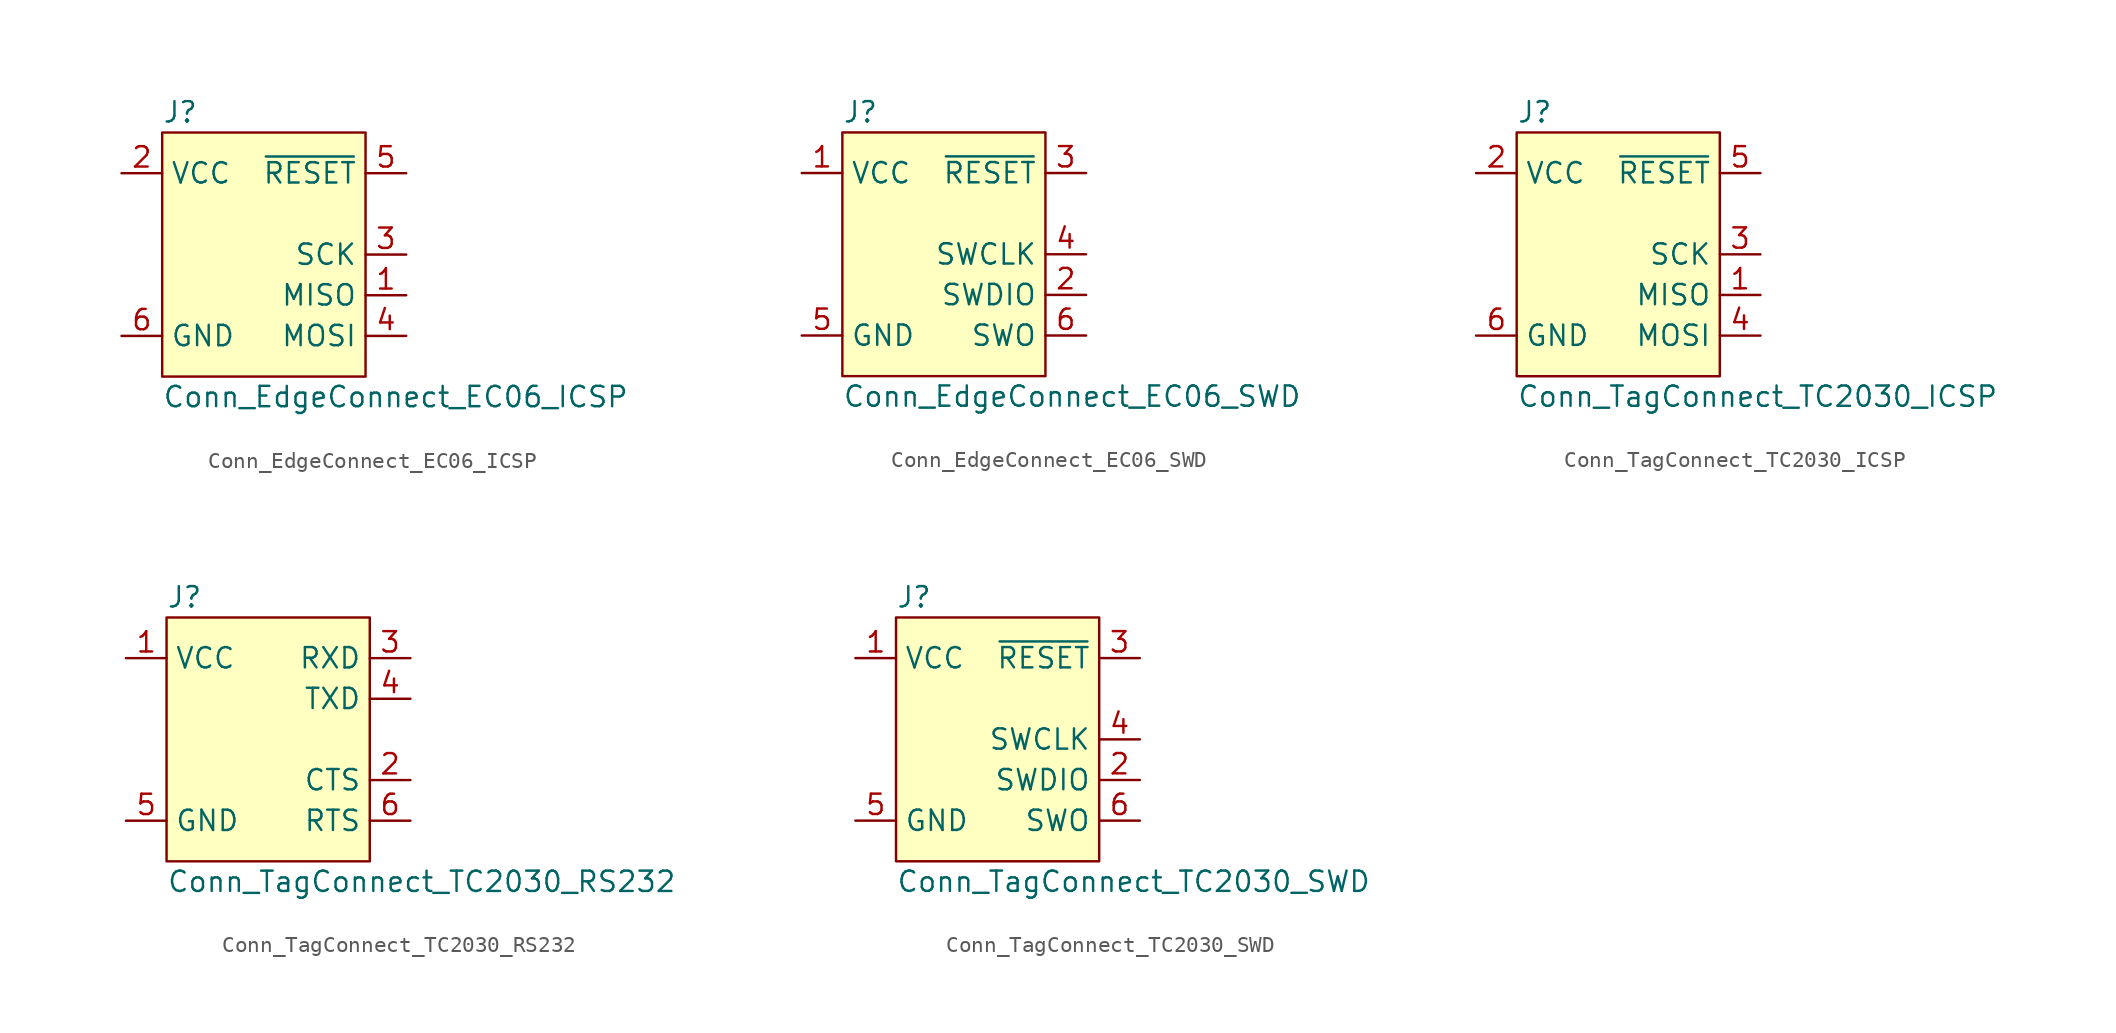
<source format=kicad_sym>
(kicad_symbol_lib
  (version 20220914)
  (generator kicad_symbol_editor)
  (symbol "Conn_EdgeConnect_EC06_ICSP"
    (property "Reference" "J"
      (at 0 1.27 0)
      (do_not_autoplace)
      (effects (font (size 1.27 1.27)) (justify left)))
    (property "Value" "Conn_EdgeConnect_EC06_ICSP"
      (at 0 -16.51 0)
      (do_not_autoplace)
      (effects (font (size 1.27 1.27)) (justify left)))
    (symbol "Conn_EdgeConnect_EC06_ICSP_0_1"
      (rectangle (start 0 0) (end 12.7 -15.24) (stroke (width 0) (type default)) (fill (type background))))
    (symbol "Conn_EdgeConnect_EC06_ICSP_1_0"
      (pin output line (at 15.24 -10.16 180) (length 2.54) (name "MISO" (effects (font (size 1.27 1.27)))) (number "1" (effects (font (size 1.27 1.27)))) (alternate "TMS" bidirectional line))
      (pin power_in line (at -2.54 -2.54 0) (length 2.54) (name "VCC" (effects (font (size 1.27 1.27)))) (number "2" (effects (font (size 1.27 1.27)))))
      (pin input line (at 15.24 -7.62 180) (length 2.54) (name "SCK" (effects (font (size 1.27 1.27)))) (number "3" (effects (font (size 1.27 1.27)))) (alternate "TCK" output line))
      (pin input line (at 15.24 -12.7 180) (length 2.54) (name "MOSI" (effects (font (size 1.27 1.27)))) (number "4" (effects (font (size 1.27 1.27)))) (alternate "TDO" input line))
      (pin open_collector line (at 15.24 -2.54 180) (length 2.54) (name "~{RESET}" (effects (font (size 1.27 1.27)))) (number "5" (effects (font (size 1.27 1.27)))))
      (pin power_in line (at -2.54 -12.7 0) (length 2.54) (name "GND" (effects (font (size 1.27 1.27)))) (number "6" (effects (font (size 1.27 1.27)))))))
  (symbol "Conn_EdgeConnect_EC06_SWD"
    (property "Reference" "J"
      (at 0 1.27 0)
      (do_not_autoplace)
      (effects (font (size 1.27 1.27)) (justify left)))
    (property "Value" "Conn_EdgeConnect_EC06_SWD"
      (at 0 -16.51 0)
      (do_not_autoplace)
      (effects (font (size 1.27 1.27)) (justify left)))
    (symbol "Conn_EdgeConnect_EC06_SWD_0_0"
      (pin power_in line (at -2.54 -2.54 0) (length 2.54) (name "VCC" (effects (font (size 1.27 1.27)))) (number "1" (effects (font (size 1.27 1.27)))))
      (pin bidirectional line (at 15.24 -10.16 180) (length 2.54) (name "SWDIO" (effects (font (size 1.27 1.27)))) (number "2" (effects (font (size 1.27 1.27)))) (alternate "TMS" bidirectional line))
      (pin open_collector line (at 15.24 -2.54 180) (length 2.54) (name "~{RESET}" (effects (font (size 1.27 1.27)))) (number "3" (effects (font (size 1.27 1.27)))))
      (pin output line (at 15.24 -7.62 180) (length 2.54) (name "SWCLK" (effects (font (size 1.27 1.27)))) (number "4" (effects (font (size 1.27 1.27)))) (alternate "TCK" output line))
      (pin power_in line (at -2.54 -12.7 0) (length 2.54) (name "GND" (effects (font (size 1.27 1.27)))) (number "5" (effects (font (size 1.27 1.27)))))
      (pin input line (at 15.24 -12.7 180) (length 2.54) (name "SWO" (effects (font (size 1.27 1.27)))) (number "6" (effects (font (size 1.27 1.27)))) (alternate "TDO" input line)))
    (symbol "Conn_EdgeConnect_EC06_SWD_0_1"
      (rectangle (start 0 0) (end 12.7 -15.24) (stroke (width 0) (type default)) (fill (type background)))))
  (symbol "Conn_TagConnect_TC2030_ICSP"
    (property "Reference" "J"
      (at 0 1.27 0)
      (do_not_autoplace)
      (effects (font (size 1.27 1.27)) (justify left)))
    (property "Value" "Conn_TagConnect_TC2030_ICSP"
      (at 0 -16.51 0)
      (do_not_autoplace)
      (effects (font (size 1.27 1.27)) (justify left)))
    (symbol "Conn_TagConnect_TC2030_ICSP_0_1"
      (rectangle (start 0 0) (end 12.7 -15.24) (stroke (width 0) (type default)) (fill (type background))))
    (symbol "Conn_TagConnect_TC2030_ICSP_1_0"
      (pin output line (at 15.24 -10.16 180) (length 2.54) (name "MISO" (effects (font (size 1.27 1.27)))) (number "1" (effects (font (size 1.27 1.27)))) (alternate "TMS" bidirectional line))
      (pin power_in line (at -2.54 -2.54 0) (length 2.54) (name "VCC" (effects (font (size 1.27 1.27)))) (number "2" (effects (font (size 1.27 1.27)))))
      (pin input line (at 15.24 -7.62 180) (length 2.54) (name "SCK" (effects (font (size 1.27 1.27)))) (number "3" (effects (font (size 1.27 1.27)))) (alternate "TCK" output line))
      (pin input line (at 15.24 -12.7 180) (length 2.54) (name "MOSI" (effects (font (size 1.27 1.27)))) (number "4" (effects (font (size 1.27 1.27)))) (alternate "TDO" input line))
      (pin open_collector line (at 15.24 -2.54 180) (length 2.54) (name "~{RESET}" (effects (font (size 1.27 1.27)))) (number "5" (effects (font (size 1.27 1.27)))))
      (pin power_in line (at -2.54 -12.7 0) (length 2.54) (name "GND" (effects (font (size 1.27 1.27)))) (number "6" (effects (font (size 1.27 1.27)))))))
  (symbol "Conn_TagConnect_TC2030_RS232"
    (property "Reference" "J"
      (at 0 1.27 0)
      (do_not_autoplace)
      (effects (font (size 1.27 1.27)) (justify left)))
    (property "Value" "Conn_TagConnect_TC2030_RS232"
      (at 0 -16.51 0)
      (do_not_autoplace)
      (effects (font (size 1.27 1.27)) (justify left)))
    (symbol "Conn_TagConnect_TC2030_RS232_0_0"
      (pin power_in line (at -2.54 -2.54 0) (length 2.54) (name "VCC" (effects (font (size 1.27 1.27)))) (number "1" (effects (font (size 1.27 1.27)))))
      (pin power_in line (at -2.54 -12.7 0) (length 2.54) (name "GND" (effects (font (size 1.27 1.27)))) (number "5" (effects (font (size 1.27 1.27))))))
    (symbol "Conn_TagConnect_TC2030_RS232_0_1"
      (rectangle (start 0 0) (end 12.7 -15.24) (stroke (width 0) (type default)) (fill (type background))))
    (symbol "Conn_TagConnect_TC2030_RS232_1_0"
      (pin input line (at 15.24 -10.16 180) (length 2.54) (name "CTS" (effects (font (size 1.27 1.27)))) (number "2" (effects (font (size 1.27 1.27)))) (alternate "TMS" input line))
      (pin input line (at 15.24 -2.54 180) (length 2.54) (name "RXD" (effects (font (size 1.27 1.27)))) (number "3" (effects (font (size 1.27 1.27)))) (alternate "TDI" input line))
      (pin output line (at 15.24 -5.08 180) (length 2.54) (name "TXD" (effects (font (size 1.27 1.27)))) (number "4" (effects (font (size 1.27 1.27)))) (alternate "TCLK" output line))
      (pin output line (at 15.24 -12.7 180) (length 2.54) (name "RTS" (effects (font (size 1.27 1.27)))) (number "6" (effects (font (size 1.27 1.27)))) (alternate "TDO" output line))))
  (symbol "Conn_TagConnect_TC2030_SWD"
    (property "Reference" "J"
      (at 0 1.27 0)
      (do_not_autoplace)
      (effects (font (size 1.27 1.27)) (justify left)))
    (property "Value" "Conn_TagConnect_TC2030_SWD"
      (at 0 -16.51 0)
      (do_not_autoplace)
      (effects (font (size 1.27 1.27)) (justify left)))
    (symbol "Conn_TagConnect_TC2030_SWD_0_0"
      (pin power_in line (at -2.54 -2.54 0) (length 2.54) (name "VCC" (effects (font (size 1.27 1.27)))) (number "1" (effects (font (size 1.27 1.27)))))
      (pin bidirectional line (at 15.24 -10.16 180) (length 2.54) (name "SWDIO" (effects (font (size 1.27 1.27)))) (number "2" (effects (font (size 1.27 1.27)))) (alternate "TMS" bidirectional line))
      (pin open_collector line (at 15.24 -2.54 180) (length 2.54) (name "~{RESET}" (effects (font (size 1.27 1.27)))) (number "3" (effects (font (size 1.27 1.27)))))
      (pin output line (at 15.24 -7.62 180) (length 2.54) (name "SWCLK" (effects (font (size 1.27 1.27)))) (number "4" (effects (font (size 1.27 1.27)))) (alternate "TCK" output line))
      (pin power_in line (at -2.54 -12.7 0) (length 2.54) (name "GND" (effects (font (size 1.27 1.27)))) (number "5" (effects (font (size 1.27 1.27)))))
      (pin input line (at 15.24 -12.7 180) (length 2.54) (name "SWO" (effects (font (size 1.27 1.27)))) (number "6" (effects (font (size 1.27 1.27)))) (alternate "TDO" input line)))
    (symbol "Conn_TagConnect_TC2030_SWD_0_1"
      (rectangle (start 0 0) (end 12.7 -15.24) (stroke (width 0) (type default)) (fill (type background))))))
</source>
